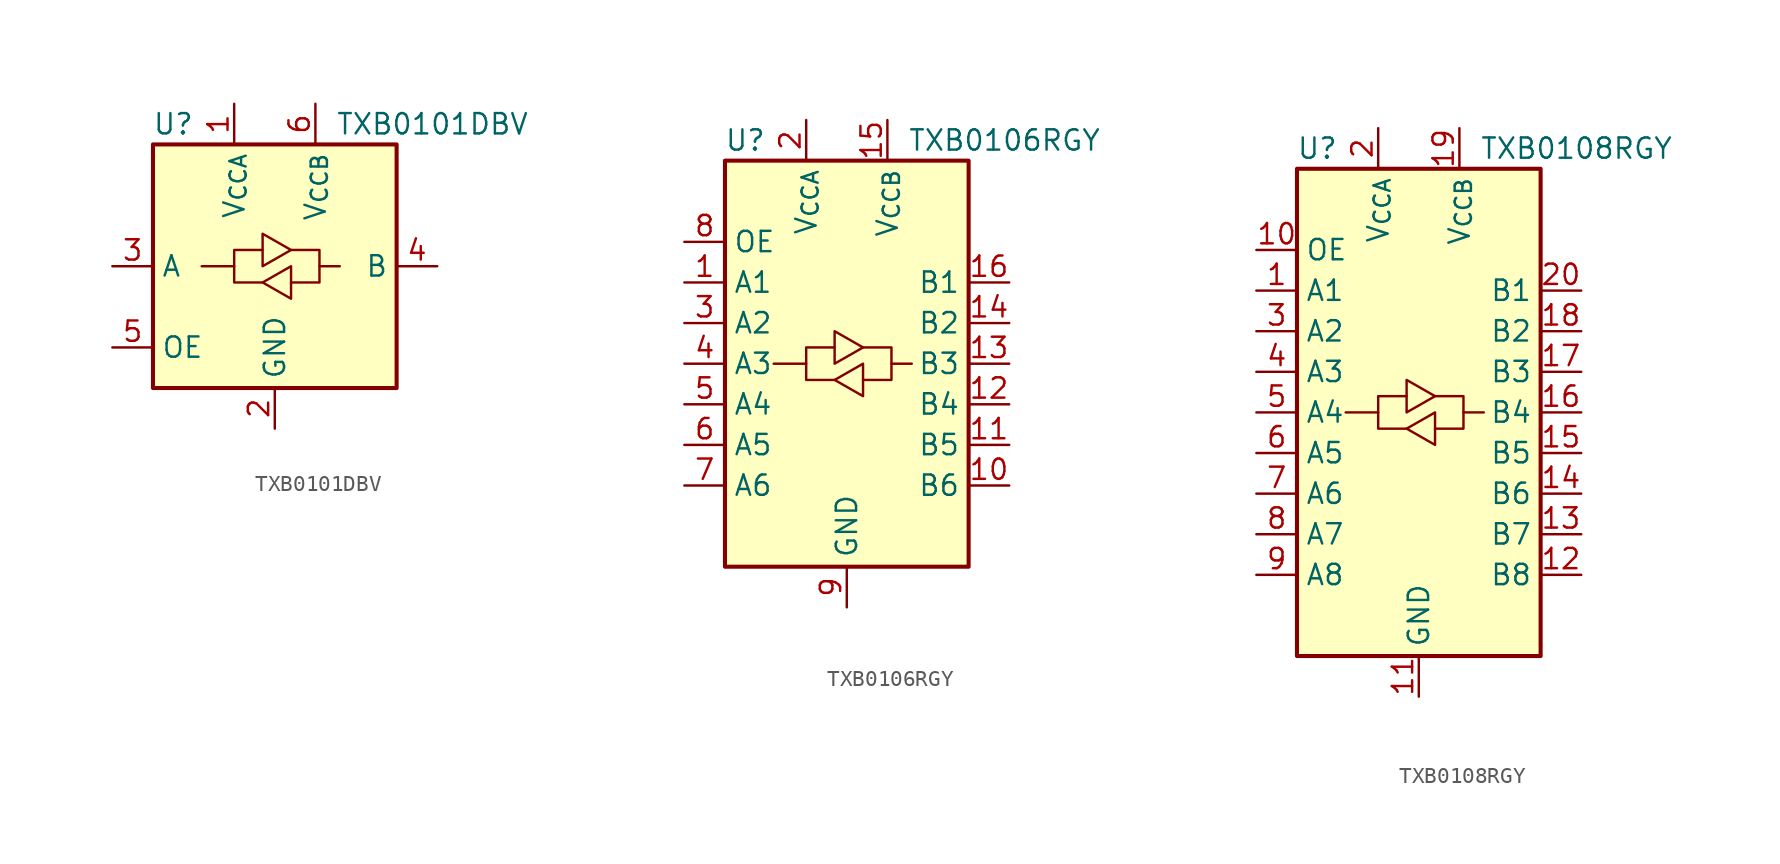
<source format=kicad_sym>
(kicad_symbol_lib
  (version 20220914)
  (generator kicad_symbol_editor)
  (symbol "TXB0101DBV"
    (property "Reference" "U"
      (at -6.35 8.89 0)
      (effects (font (size 1.27 1.27))))
    (property "Value" "TXB0101DBV"
      (at 3.81 8.89 0)
      (effects (font (size 1.27 1.27)) (justify left)))
    (symbol "TXB0101DBV_0_1"
      (rectangle (start -7.62 7.62) (end 7.62 -7.62) (stroke (width 0.254) (type default)) (fill (type background)))
      (polyline (pts (xy -2.54 0) (xy -2.54 1.016) (xy -0.762 1.016)) (stroke (width 0) (type default)) (fill (type none)))
      (polyline (pts (xy 2.794 0) (xy 2.794 -1.016) (xy 1.016 -1.016)) (stroke (width 0) (type default)) (fill (type none)))
      (polyline (pts (xy -0.762 -1.016) (xy -2.54 -1.016) (xy -2.54 0) (xy -4.572 0)) (stroke (width 0) (type default)) (fill (type none)))
      (polyline (pts (xy -0.762 0) (xy -0.762 2.032) (xy 1.016 1.016) (xy -0.762 0)) (stroke (width 0) (type default)) (fill (type none)))
      (polyline (pts (xy 1.016 1.016) (xy 2.794 1.016) (xy 2.794 0) (xy 4.064 0)) (stroke (width 0) (type default)) (fill (type none)))
      (polyline (pts (xy 1.016 0) (xy 1.016 -1.778) (xy 1.016 -2.032) (xy -0.762 -1.016) (xy 1.016 0)) (stroke (width 0) (type default)) (fill (type none))))
    (symbol "TXB0101DBV_1_1"
      (pin power_in line (at -2.54 10.16 270) (length 2.54) (name "V_{CCA}" (effects (font (size 1.27 1.27)))) (number "1" (effects (font (size 1.27 1.27)))))
      (pin power_in line (at 0 -10.16 90) (length 2.54) (name "GND" (effects (font (size 1.27 1.27)))) (number "2" (effects (font (size 1.27 1.27)))))
      (pin bidirectional line (at -10.16 0 0) (length 2.54) (name "A" (effects (font (size 1.27 1.27)))) (number "3" (effects (font (size 1.27 1.27)))))
      (pin bidirectional line (at 10.16 0 180) (length 2.54) (name "B" (effects (font (size 1.27 1.27)))) (number "4" (effects (font (size 1.27 1.27)))))
      (pin input line (at -10.16 -5.08 0) (length 2.54) (name "OE" (effects (font (size 1.27 1.27)))) (number "5" (effects (font (size 1.27 1.27)))))
      (pin power_in line (at 2.54 10.16 270) (length 2.54) (name "V_{CCB}" (effects (font (size 1.27 1.27)))) (number "6" (effects (font (size 1.27 1.27)))))))
  (symbol "TXB0106RGY"
    (property "Reference" "U"
      (at -6.35 13.97 0)
      (effects (font (size 1.27 1.27))))
    (property "Value" "TXB0106RGY"
      (at 3.81 13.97 0)
      (effects (font (size 1.27 1.27)) (justify left)))
    (symbol "TXB0106RGY_0_1"
      (rectangle (start -7.62 12.7) (end 7.62 -12.7) (stroke (width 0.254) (type default)) (fill (type background)))
      (polyline (pts (xy -2.54 0) (xy -2.54 1.016) (xy -0.762 1.016)) (stroke (width 0) (type default)) (fill (type none)))
      (polyline (pts (xy 2.794 0) (xy 2.794 -1.016) (xy 1.016 -1.016)) (stroke (width 0) (type default)) (fill (type none)))
      (polyline (pts (xy -0.762 -1.016) (xy -2.54 -1.016) (xy -2.54 0) (xy -4.572 0)) (stroke (width 0) (type default)) (fill (type none)))
      (polyline (pts (xy -0.762 -1.016) (xy 1.016 0) (xy 1.016 -2.032) (xy -0.762 -1.016)) (stroke (width 0) (type default)) (fill (type none)))
      (polyline (pts (xy 1.016 1.016) (xy -0.762 0) (xy -0.762 2.032) (xy 1.016 1.016)) (stroke (width 0) (type default)) (fill (type none)))
      (polyline (pts (xy 1.016 1.016) (xy 2.794 1.016) (xy 2.794 0) (xy 4.064 0)) (stroke (width 0) (type default)) (fill (type none))))
    (symbol "TXB0106RGY_1_1"
      (pin bidirectional line (at -10.16 5.08 0) (length 2.54) (name "A1" (effects (font (size 1.27 1.27)))) (number "1" (effects (font (size 1.27 1.27)))))
      (pin bidirectional line (at 10.16 -7.62 180) (length 2.54) (name "B6" (effects (font (size 1.27 1.27)))) (number "10" (effects (font (size 1.27 1.27)))))
      (pin bidirectional line (at 10.16 -5.08 180) (length 2.54) (name "B5" (effects (font (size 1.27 1.27)))) (number "11" (effects (font (size 1.27 1.27)))))
      (pin bidirectional line (at 10.16 -2.54 180) (length 2.54) (name "B4" (effects (font (size 1.27 1.27)))) (number "12" (effects (font (size 1.27 1.27)))))
      (pin bidirectional line (at 10.16 0 180) (length 2.54) (name "B3" (effects (font (size 1.27 1.27)))) (number "13" (effects (font (size 1.27 1.27)))))
      (pin bidirectional line (at 10.16 2.54 180) (length 2.54) (name "B2" (effects (font (size 1.27 1.27)))) (number "14" (effects (font (size 1.27 1.27)))))
      (pin power_in line (at 2.54 15.24 270) (length 2.54) (name "V_{CCB}" (effects (font (size 1.27 1.27)))) (number "15" (effects (font (size 1.27 1.27)))))
      (pin bidirectional line (at 10.16 5.08 180) (length 2.54) (name "B1" (effects (font (size 1.27 1.27)))) (number "16" (effects (font (size 1.27 1.27)))))
      (pin passive line (at 0 -15.24 90) (length 2.54) hide (name "GND" (effects (font (size 1.27 1.27)))) (number "17" (effects (font (size 1.27 1.27)))))
      (pin power_in line (at -2.54 15.24 270) (length 2.54) (name "V_{CCA}" (effects (font (size 1.27 1.27)))) (number "2" (effects (font (size 1.27 1.27)))))
      (pin bidirectional line (at -10.16 2.54 0) (length 2.54) (name "A2" (effects (font (size 1.27 1.27)))) (number "3" (effects (font (size 1.27 1.27)))))
      (pin bidirectional line (at -10.16 0 0) (length 2.54) (name "A3" (effects (font (size 1.27 1.27)))) (number "4" (effects (font (size 1.27 1.27)))))
      (pin bidirectional line (at -10.16 -2.54 0) (length 2.54) (name "A4" (effects (font (size 1.27 1.27)))) (number "5" (effects (font (size 1.27 1.27)))))
      (pin bidirectional line (at -10.16 -5.08 0) (length 2.54) (name "A5" (effects (font (size 1.27 1.27)))) (number "6" (effects (font (size 1.27 1.27)))))
      (pin bidirectional line (at -10.16 -7.62 0) (length 2.54) (name "A6" (effects (font (size 1.27 1.27)))) (number "7" (effects (font (size 1.27 1.27)))))
      (pin input line (at -10.16 7.62 0) (length 2.54) (name "OE" (effects (font (size 1.27 1.27)))) (number "8" (effects (font (size 1.27 1.27)))))
      (pin power_in line (at 0 -15.24 90) (length 2.54) (name "GND" (effects (font (size 1.27 1.27)))) (number "9" (effects (font (size 1.27 1.27)))))))
  (symbol "TXB0108RGY"
    (property "Reference" "U"
      (at -6.35 16.51 0)
      (effects (font (size 1.27 1.27))))
    (property "Value" "TXB0108RGY"
      (at 3.81 16.51 0)
      (effects (font (size 1.27 1.27)) (justify left)))
    (symbol "TXB0108RGY_0_1"
      (rectangle (start -7.62 15.24) (end 7.62 -15.24) (stroke (width 0.254) (type default)) (fill (type background)))
      (polyline (pts (xy -2.54 0) (xy -2.54 1.016) (xy -0.762 1.016)) (stroke (width 0) (type default)) (fill (type none)))
      (polyline (pts (xy 2.794 0) (xy 2.794 -1.016) (xy 1.016 -1.016)) (stroke (width 0) (type default)) (fill (type none)))
      (polyline (pts (xy -0.762 -1.016) (xy -2.54 -1.016) (xy -2.54 0) (xy -4.572 0)) (stroke (width 0) (type default)) (fill (type none)))
      (polyline (pts (xy -0.762 -1.016) (xy 1.016 0) (xy 1.016 -2.032) (xy -0.762 -1.016)) (stroke (width 0) (type default)) (fill (type none)))
      (polyline (pts (xy 1.016 1.016) (xy -0.762 0) (xy -0.762 2.032) (xy 1.016 1.016)) (stroke (width 0) (type default)) (fill (type none)))
      (polyline (pts (xy 1.016 1.016) (xy 2.794 1.016) (xy 2.794 0) (xy 4.064 0)) (stroke (width 0) (type default)) (fill (type none))))
    (symbol "TXB0108RGY_1_1"
      (pin bidirectional line (at -10.16 7.62 0) (length 2.54) (name "A1" (effects (font (size 1.27 1.27)))) (number "1" (effects (font (size 1.27 1.27)))))
      (pin input line (at -10.16 10.16 0) (length 2.54) (name "OE" (effects (font (size 1.27 1.27)))) (number "10" (effects (font (size 1.27 1.27)))))
      (pin power_in line (at 0 -17.78 90) (length 2.54) (name "GND" (effects (font (size 1.27 1.27)))) (number "11" (effects (font (size 1.27 1.27)))))
      (pin bidirectional line (at 10.16 -10.16 180) (length 2.54) (name "B8" (effects (font (size 1.27 1.27)))) (number "12" (effects (font (size 1.27 1.27)))))
      (pin bidirectional line (at 10.16 -7.62 180) (length 2.54) (name "B7" (effects (font (size 1.27 1.27)))) (number "13" (effects (font (size 1.27 1.27)))))
      (pin bidirectional line (at 10.16 -5.08 180) (length 2.54) (name "B6" (effects (font (size 1.27 1.27)))) (number "14" (effects (font (size 1.27 1.27)))))
      (pin bidirectional line (at 10.16 -2.54 180) (length 2.54) (name "B5" (effects (font (size 1.27 1.27)))) (number "15" (effects (font (size 1.27 1.27)))))
      (pin bidirectional line (at 10.16 0 180) (length 2.54) (name "B4" (effects (font (size 1.27 1.27)))) (number "16" (effects (font (size 1.27 1.27)))))
      (pin bidirectional line (at 10.16 2.54 180) (length 2.54) (name "B3" (effects (font (size 1.27 1.27)))) (number "17" (effects (font (size 1.27 1.27)))))
      (pin bidirectional line (at 10.16 5.08 180) (length 2.54) (name "B2" (effects (font (size 1.27 1.27)))) (number "18" (effects (font (size 1.27 1.27)))))
      (pin power_in line (at 2.54 17.78 270) (length 2.54) (name "V_{CCB}" (effects (font (size 1.27 1.27)))) (number "19" (effects (font (size 1.27 1.27)))))
      (pin power_in line (at -2.54 17.78 270) (length 2.54) (name "V_{CCA}" (effects (font (size 1.27 1.27)))) (number "2" (effects (font (size 1.27 1.27)))))
      (pin bidirectional line (at 10.16 7.62 180) (length 2.54) (name "B1" (effects (font (size 1.27 1.27)))) (number "20" (effects (font (size 1.27 1.27)))))
      (pin passive line (at 0 -17.78 90) (length 2.54) hide (name "GND" (effects (font (size 1.27 1.27)))) (number "21" (effects (font (size 1.27 1.27)))))
      (pin bidirectional line (at -10.16 5.08 0) (length 2.54) (name "A2" (effects (font (size 1.27 1.27)))) (number "3" (effects (font (size 1.27 1.27)))))
      (pin bidirectional line (at -10.16 2.54 0) (length 2.54) (name "A3" (effects (font (size 1.27 1.27)))) (number "4" (effects (font (size 1.27 1.27)))))
      (pin bidirectional line (at -10.16 0 0) (length 2.54) (name "A4" (effects (font (size 1.27 1.27)))) (number "5" (effects (font (size 1.27 1.27)))))
      (pin bidirectional line (at -10.16 -2.54 0) (length 2.54) (name "A5" (effects (font (size 1.27 1.27)))) (number "6" (effects (font (size 1.27 1.27)))))
      (pin bidirectional line (at -10.16 -5.08 0) (length 2.54) (name "A6" (effects (font (size 1.27 1.27)))) (number "7" (effects (font (size 1.27 1.27)))))
      (pin bidirectional line (at -10.16 -7.62 0) (length 2.54) (name "A7" (effects (font (size 1.27 1.27)))) (number "8" (effects (font (size 1.27 1.27)))))
      (pin bidirectional line (at -10.16 -10.16 0) (length 2.54) (name "A8" (effects (font (size 1.27 1.27)))) (number "9" (effects (font (size 1.27 1.27))))))))
</source>
